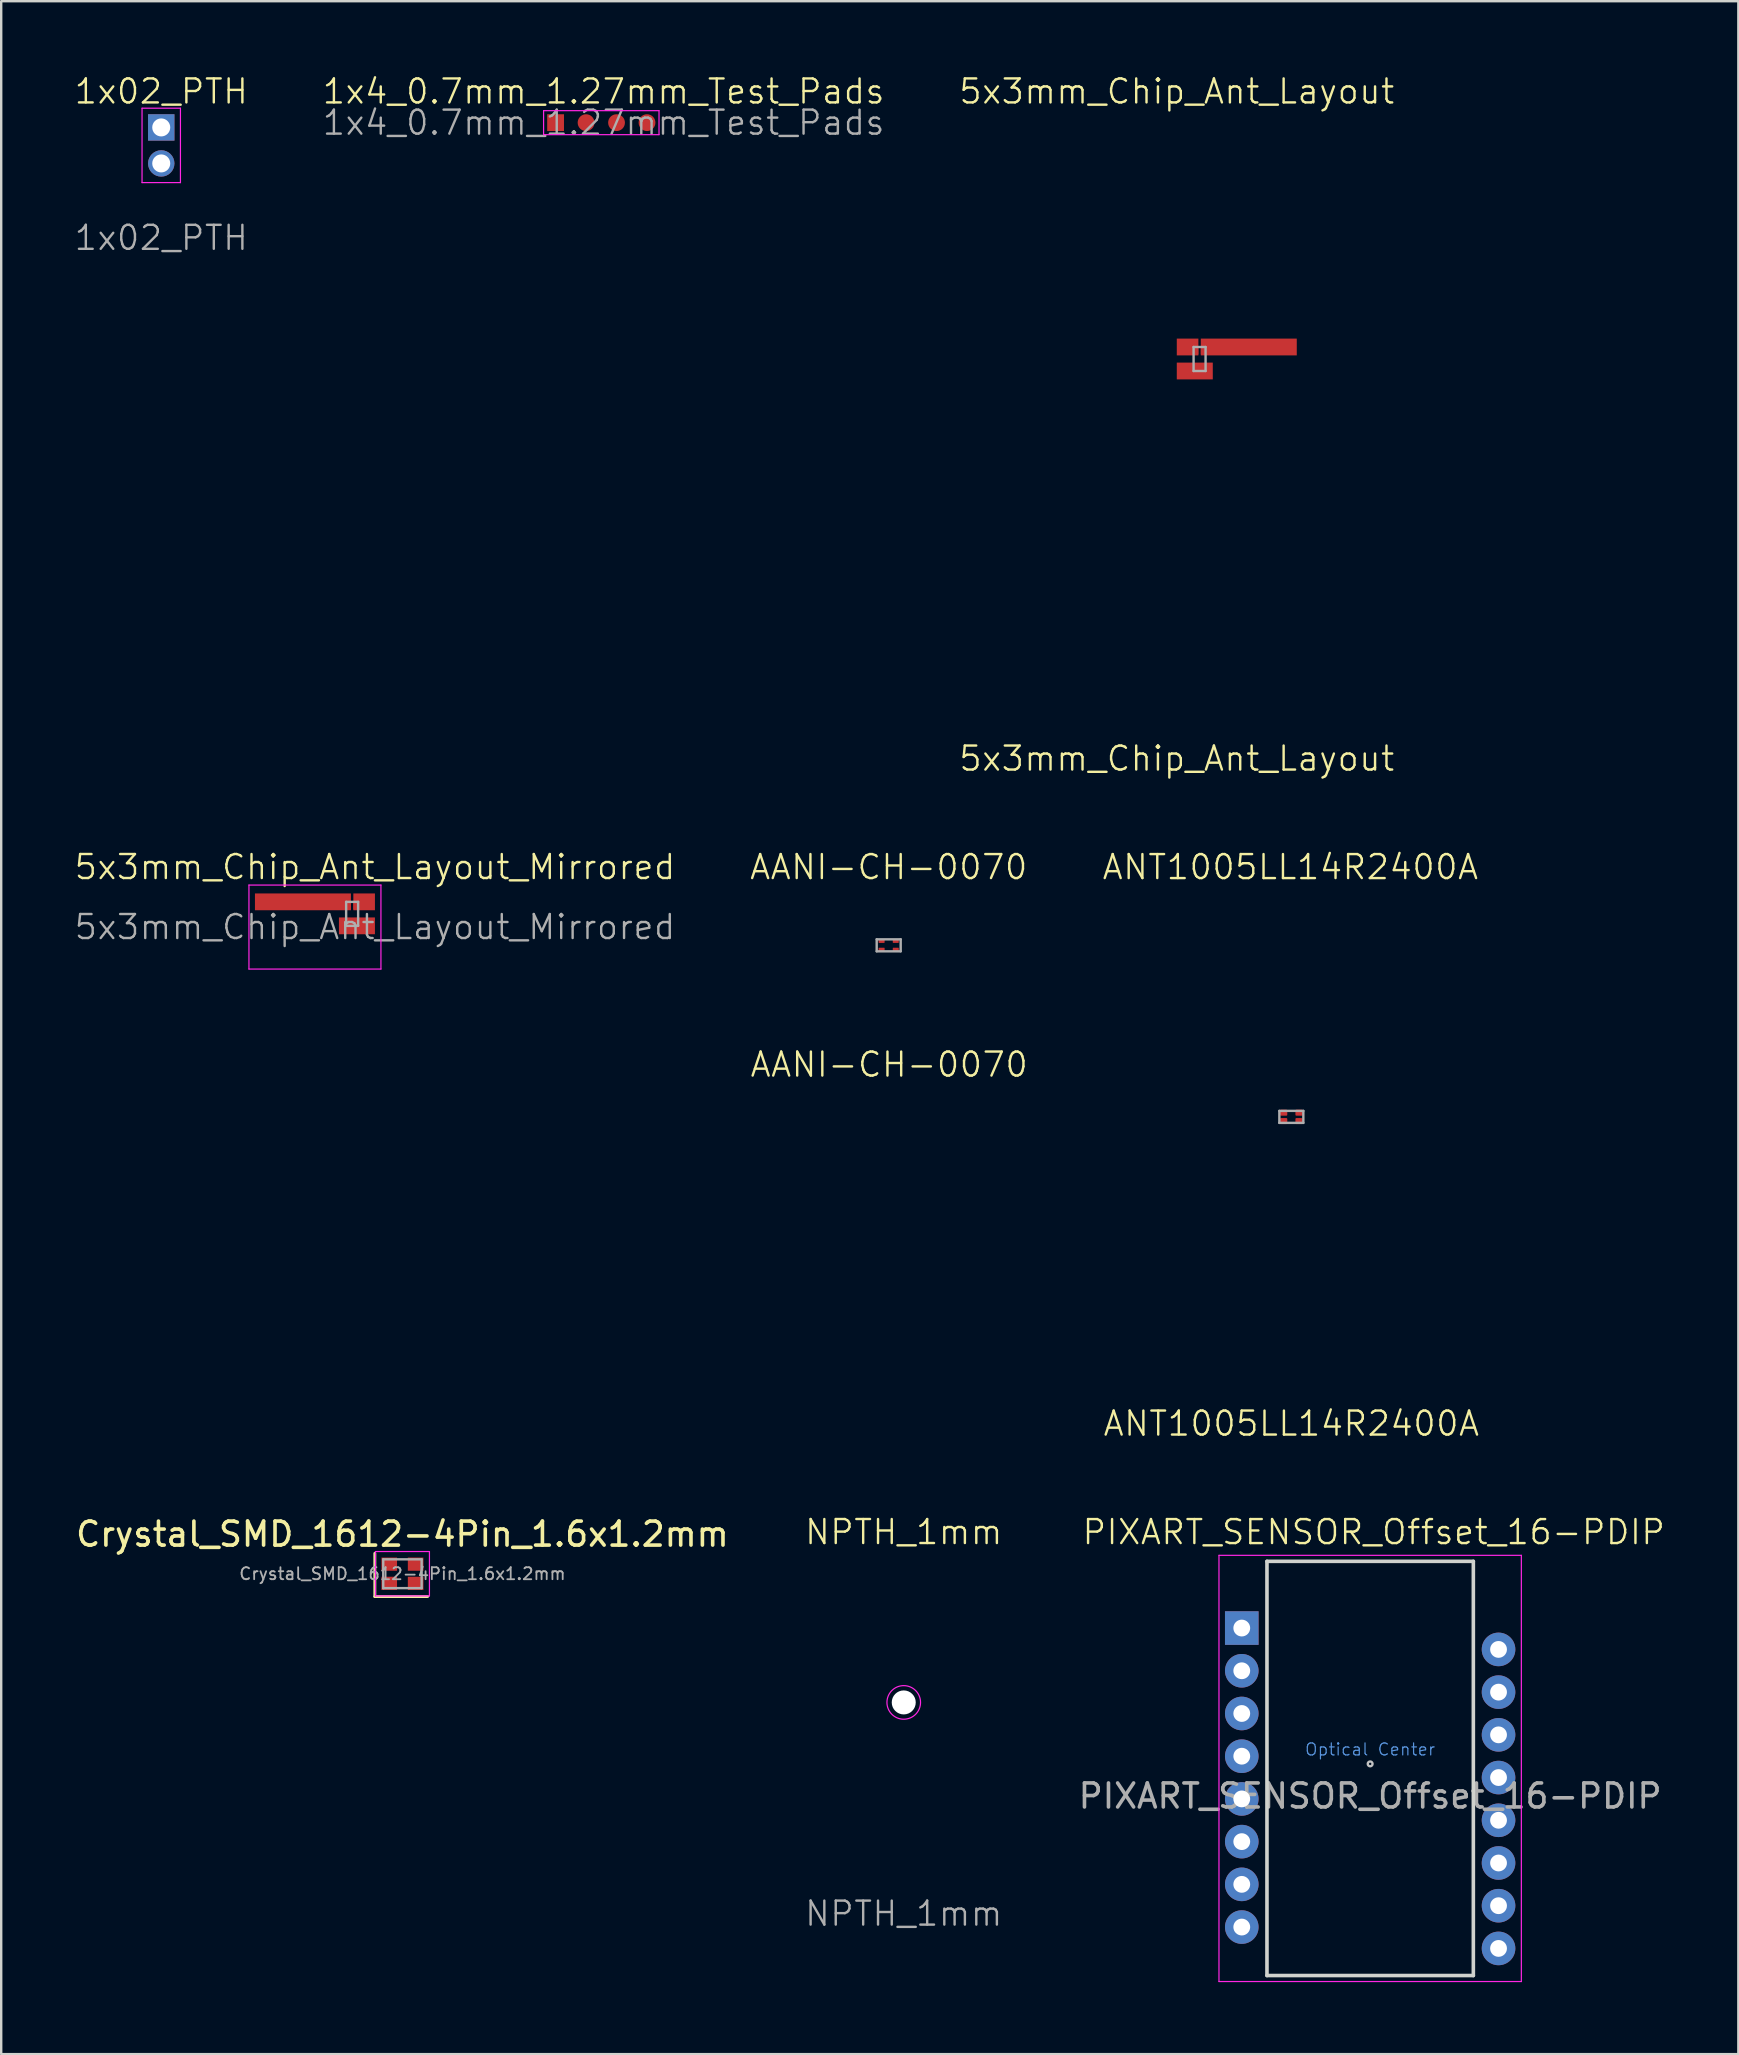
<source format=kicad_pcb>
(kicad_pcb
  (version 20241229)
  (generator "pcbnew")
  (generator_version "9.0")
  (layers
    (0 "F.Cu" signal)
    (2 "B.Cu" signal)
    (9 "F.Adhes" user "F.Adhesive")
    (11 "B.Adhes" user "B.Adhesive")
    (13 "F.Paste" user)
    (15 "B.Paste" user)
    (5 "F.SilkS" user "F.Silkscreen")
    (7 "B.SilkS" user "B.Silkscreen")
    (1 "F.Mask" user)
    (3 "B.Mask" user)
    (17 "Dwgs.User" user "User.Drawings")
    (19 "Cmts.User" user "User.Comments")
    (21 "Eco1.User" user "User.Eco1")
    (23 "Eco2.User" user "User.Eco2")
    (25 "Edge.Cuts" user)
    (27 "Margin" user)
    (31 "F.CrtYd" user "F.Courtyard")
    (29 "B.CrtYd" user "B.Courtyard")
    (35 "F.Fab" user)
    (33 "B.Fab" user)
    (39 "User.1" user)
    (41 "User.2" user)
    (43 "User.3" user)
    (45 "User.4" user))
  (footprint "ANT1005LL14R2400A"
    (layer "F.Cu")
    (at 50.762 43.492)
    (property "Reference" "ANT1005LL14R2400A" (at -0.04 -10.41 0) (unlocked yes) (layer "F.SilkS") (effects (font (size 1 1) (thickness 0.1))))
    (attr smd)
    (fp_line (start -0.5 -0.25) (end -0.5 0.25) (stroke (width 0.1) (type default)) (layer "F.Fab"))
    (fp_line (start -0.5 0.25) (end 0.5 0.25) (stroke (width 0.1) (type default)) (layer "F.Fab"))
    (fp_line (start 0.5 -0.25) (end -0.5 -0.25) (stroke (width 0.1) (type default)) (layer "F.Fab"))
    (fp_line (start 0.5 0.25) (end 0.5 -0.25) (stroke (width 0.1) (type default)) (layer "F.Fab"))
    (fp_text user "${REFERENCE}" (at 0 12.78 0) (unlocked yes) (layer "F.SilkS") (effects (font (size 1 1) (thickness 0.1))))
    (pad "1" smd roundrect (at -0.32 0.175) (size 0.3 0.25) (layers "F.Cu" "F.Mask" "F.Paste") (roundrect_rratio 0.15))
    (pad "2" smd roundrect (at 0.32 0.175) (size 0.3 0.25) (layers "F.Cu" "F.Mask" "F.Paste") (roundrect_rratio 0.15))
    (pad "3" smd roundrect (at 0.32 -0.175) (size 0.3 0.25) (layers "F.Cu" "F.Mask" "F.Paste") (roundrect_rratio 0.15))
    (pad "4" smd roundrect (at -0.32 -0.175) (size 0.3 0.25) (layers "F.Cu" "F.Mask" "F.Paste") (roundrect_rratio 0.15)))
  (footprint "AANI-CH-0070"
    (layer "F.Cu")
    (at 33.983 36.342)
    (property "Reference" "AANI-CH-0070" (at 0 -3.26 0) (unlocked yes) (layer "F.SilkS") (effects (font (size 1 1) (thickness 0.1))))
    (attr smd)
    (fp_line (start -0.5 -0.25) (end -0.5 0.25) (stroke (width 0.1) (type default)) (layer "F.Fab"))
    (fp_line (start -0.5 0.25) (end 0.5 0.25) (stroke (width 0.1) (type default)) (layer "F.Fab"))
    (fp_line (start 0.5 -0.25) (end -0.5 -0.25) (stroke (width 0.1) (type default)) (layer "F.Fab"))
    (fp_line (start 0.5 0.25) (end 0.5 -0.25) (stroke (width 0.1) (type default)) (layer "F.Fab"))
    (fp_text user "${REFERENCE}" (at 0.02 4.97 0) (unlocked yes) (layer "F.SilkS") (effects (font (size 1 1) (thickness 0.1))))
    (pad "1" smd roundrect (at -0.295 0.175) (size 0.25 0.15) (layers "F.Cu" "F.Mask" "F.Paste") (roundrect_rratio 0.15))
    (pad "2" smd roundrect (at 0.295 0.175) (size 0.25 0.15) (layers "F.Cu" "F.Mask" "F.Paste") (roundrect_rratio 0.15))
    (pad "3" smd roundrect (at 0.295 -0.175) (size 0.25 0.15) (layers "F.Cu" "F.Mask" "F.Paste") (roundrect_rratio 0.15))
    (pad "4" smd roundrect (at -0.295 -0.175) (size 0.25 0.15) (layers "F.Cu" "F.Mask" "F.Paste") (roundrect_rratio 0.15)))
  (footprint "Crystal_SMD_1612-4Pin_1.6x1.2mm"
    (layer "F.Cu")
    (at 13.72 62.53)
    (property "Reference" "Crystal_SMD_1612-4Pin_1.6x1.2mm" (at 0 -1.65 0) (unlocked yes) (layer "F.SilkS") (effects (font (size 1 1) (thickness 0.15))))
    (attr smd)
    (fp_line (start -1.15 -0.85) (end -1.15 0.95) (stroke (width 0.12) (type solid)) (layer "F.SilkS"))
    (fp_line (start -1.15 0.95) (end 1.05 0.95) (stroke (width 0.12) (type solid)) (layer "F.SilkS"))
    (fp_line (start -1.125 -0.925) (end -1.125 0.925) (stroke (width 0.05) (type solid)) (layer "F.CrtYd"))
    (fp_line (start -1.125 -0.925) (end 1.125 -0.925) (stroke (width 0.05) (type solid)) (layer "F.CrtYd"))
    (fp_line (start -1.125 0.924) (end 1.125 0.925) (stroke (width 0.05) (type solid)) (layer "F.CrtYd"))
    (fp_line (start 1.125 -0.925) (end 1.125 0.925) (stroke (width 0.05) (type solid)) (layer "F.CrtYd"))
    (fp_line (start -0.8 0.6) (end -0.8 -0.6) (stroke (width 0.1) (type default)) (layer "F.Fab"))
    (fp_line (start 0.8 -0.6) (end -0.8 -0.6) (stroke (width 0.1) (type solid)) (layer "F.Fab"))
    (fp_line (start 0.8 0.6) (end -0.8 0.6) (stroke (width 0.1) (type default)) (layer "F.Fab"))
    (fp_line (start 0.8 0.6) (end 0.8 -0.6) (stroke (width 0.1) (type solid)) (layer "F.Fab"))
    (fp_text user "${REFERENCE}" (at 0 0 0) (unlocked yes) (layer "F.Fab") (effects (font (size 0.5 0.5) (thickness 0.075))))
    (pad "1" smd rect (at -0.55 0.4) (size 0.65 0.55) (layers "F.Cu" "F.Mask" "F.Paste"))
    (pad "2" smd rect (at 0.55 0.4) (size 0.65 0.55) (layers "F.Cu" "F.Mask" "F.Paste"))
    (pad "3" smd rect (at 0.55 -0.4) (size 0.65 0.55) (layers "F.Cu" "F.Mask" "F.Paste"))
    (pad "4" smd rect (at -0.55 -0.4) (size 0.65 0.55) (layers "F.Cu" "F.Mask" "F.Paste")))
  (footprint "NPTH_1mm"
    (layer "F.Cu")
    (at 34.61 67.892)
    (property "Reference" "NPTH_1mm" (at 0 -7.1 0) (unlocked yes) (layer "F.SilkS") (effects (font (size 1 1) (thickness 0.1))))
    (attr smd)
    (fp_circle (center 0 0) (end 0 -0.7) (stroke (width 0.05) (type default)) (fill no) (layer "F.CrtYd"))
    (fp_text user "${REFERENCE}" (at 0 8.8 0) (unlocked yes) (layer "F.Fab") (effects (font (size 1 1) (thickness 0.1))))
    (pad "" np_thru_hole circle (at 0 0) (size 1 1) (drill 1) (layers "*.Cu" "*.Mask")))
  (footprint "1x4_0.7mm_1.27mm_Test_Pads"
    (layer "F.Cu")
    (at 20.102 2.061)
    (property "Reference" "1x4_0.7mm_1.27mm_Test_Pads" (at 2 -1.3 0) (unlocked yes) (layer "F.SilkS") (effects (font (size 1 1) (thickness 0.1))))
    (attr smd)
    (fp_line (start -0.5 -0.5) (end -0.5 0.5) (stroke (width 0.05) (type default)) (layer "F.CrtYd"))
    (fp_line (start -0.5 -0.5) (end 4.31 -0.5) (stroke (width 0.05) (type default)) (layer "F.CrtYd"))
    (fp_line (start -0.5 0.5) (end 4.31 0.5) (stroke (width 0.05) (type default)) (layer "F.CrtYd"))
    (fp_line (start 4.31 -0.5) (end 4.31 0.5) (stroke (width 0.05) (type default)) (layer "F.CrtYd"))
    (fp_text user "${REFERENCE}" (at 2 0 0) (unlocked yes) (layer "F.Fab") (effects (font (size 1 1) (thickness 0.1))))
    (pad "1" smd rect (at 0 0) (size 0.7 0.7) (layers "F.Cu" "F.Mask" "F.Paste"))
    (pad "2" smd circle (at 1.27 0) (size 0.7 0.7) (layers "F.Cu" "F.Mask" "F.Paste"))
    (pad "3" smd circle (at 2.54 0) (size 0.7 0.7) (layers "F.Cu" "F.Mask" "F.Paste"))
    (pad "4" smd circle (at 3.81 0) (size 0.7 0.7) (layers "F.Cu" "F.Mask" "F.Paste")))
  (footprint "5x3mm_Chip_Ant_Layout"
    (layer "F.Cu")
    (at 45.988 13.96)
    (property "Reference" "5x3mm_Chip_Ant_Layout" (at 0 -13.2 0) (unlocked yes) (layer "F.SilkS") (effects (font (size 1 1) (thickness 0.1))))
    (attr smd)
    (fp_poly (pts (xy 0 -2.9) (xy 0.9 -2.9) (xy 0.9 -2.2) (xy 0 -2.2)) (stroke (width 0.001) (type solid)) (fill yes) (layer "F.Cu"))
    (fp_poly (pts (xy 0 -1.9) (xy 1.5 -1.9) (xy 1.5 -1.2) (xy 0 -1.2)) (stroke (width 0.001) (type solid)) (fill yes) (layer "F.Cu"))
    (fp_poly (pts (xy 1 -2.9) (xy 5 -2.9) (xy 5 -2.2) (xy 1 -2.2)) (stroke (width 0.001) (type solid)) (fill yes) (layer "F.Cu"))
    (fp_line (start 0.7 -2.55) (end 0.7 -1.55) (stroke (width 0.1) (type default)) (layer "F.Fab"))
    (fp_line (start 0.7 -1.55) (end 1.2 -1.55) (stroke (width 0.1) (type default)) (layer "F.Fab"))
    (fp_line (start 1.2 -2.55) (end 0.7 -2.55) (stroke (width 0.1) (type default)) (layer "F.Fab"))
    (fp_line (start 1.2 -1.55) (end 1.2 -2.55) (stroke (width 0.1) (type default)) (layer "F.Fab"))
    (fp_text user "${REFERENCE}" (at 0 14.6 0) (unlocked yes) (layer "F.SilkS") (effects (font (size 1 1) (thickness 0.1))))
    (pad "1" smd roundrect (at 1.125 -1.73 90) (size 0.3 0.25) (layers "F.Cu" "F.Mask" "F.Paste") (roundrect_rratio 0.15))
    (pad "2" smd roundrect (at 1.125 -2.37 90) (size 0.3 0.25) (layers "F.Cu" "F.Mask" "F.Paste") (roundrect_rratio 0.15))
    (pad "3" smd roundrect (at 0.775 -2.37 90) (size 0.3 0.25) (layers "F.Cu" "F.Mask" "F.Paste") (roundrect_rratio 0.15))
    (pad "4" smd roundrect (at 0.775 -1.73 90) (size 0.3 0.25) (layers "F.Cu" "F.Mask" "F.Paste") (roundrect_rratio 0.15))
    (zone (net_name "") (layers "F.Cu" "B.Cu") (hatch edge 0.5) (connect_pads) (min_thickness 0.25) (filled_areas_thickness no) (keepout (tracks allowed) (vias allowed) (pads allowed) (copperpour not_allowed) (footprints allowed)) (placement (enabled no)) (fill) (polygon (pts (xy 45.988 13.96) (xy 50.988 13.96) (xy 50.988 10.96) (xy 45.988 10.96)))))
  (footprint "PIXART_SENSOR_Offset_16-PDIP"
    (layer "F.Cu")
    (at 48.696 64.793)
    (property "Reference" "PIXART_SENSOR_Offset_16-PDIP" (at 5.5 -4 0) (unlocked yes) (layer "F.SilkS") (effects (font (size 1 1) (thickness 0.1))))
    (attr through_hole)
    (fp_circle (center 5.35 5.66) (end 5.45 5.66) (stroke (width 0.1) (type default)) (fill no) (layer "Dwgs.User"))
    (fp_line (start 1.05 -2.78) (end 1.05 14.48) (stroke (width 0.15) (type default)) (layer "Edge.Cuts"))
    (fp_line (start 1.05 -2.78) (end 9.65 -2.78) (stroke (width 0.15) (type default)) (layer "Edge.Cuts"))
    (fp_line (start 1.05 14.48) (end 9.65 14.48) (stroke (width 0.15) (type default)) (layer "Edge.Cuts"))
    (fp_line (start 9.65 -2.78) (end 9.65 14.48) (stroke (width 0.15) (type default)) (layer "Edge.Cuts"))
    (fp_line (start -0.95 -3.03) (end -0.95 14.73) (stroke (width 0.05) (type default)) (layer "F.CrtYd"))
    (fp_line (start -0.95 -3.03) (end 11.65 -3.03) (stroke (width 0.05) (type default)) (layer "F.CrtYd"))
    (fp_line (start -0.95 14.73) (end 11.65 14.73) (stroke (width 0.05) (type default)) (layer "F.CrtYd"))
    (fp_line (start 11.65 -3.03) (end 11.65 14.73) (stroke (width 0.05) (type default)) (layer "F.CrtYd"))
    (fp_text user "Optical Center" (at 5.35 5.35 0) (unlocked yes) (layer "Cmts.User") (effects (font (size 0.5 0.5) (thickness 0.05)) (justify bottom)))
    (fp_text user "${REFERENCE}" (at 5.35 7 0) (unlocked yes) (layer "F.Fab") (effects (font (size 1 1) (thickness 0.15))))
    (pad "1" thru_hole rect (at 0 0) (size 1.4 1.4) (drill 0.7) (layers "*.Cu" "*.Mask"))
    (pad "2" thru_hole circle (at 0 1.78) (size 1.4 1.4) (drill 0.7) (layers "*.Cu" "*.Mask"))
    (pad "3" thru_hole circle (at 0 3.56) (size 1.4 1.4) (drill 0.7) (layers "*.Cu" "*.Mask"))
    (pad "4" thru_hole circle (at 0 5.34) (size 1.4 1.4) (drill 0.7) (layers "*.Cu" "*.Mask"))
    (pad "5" thru_hole circle (at 0 7.12) (size 1.4 1.4) (drill 0.7) (layers "*.Cu" "*.Mask"))
    (pad "6" thru_hole circle (at 0 8.9) (size 1.4 1.4) (drill 0.7) (layers "*.Cu" "*.Mask"))
    (pad "7" thru_hole circle (at 0 10.68) (size 1.4 1.4) (drill 0.7) (layers "*.Cu" "*.Mask"))
    (pad "8" thru_hole circle (at 0 12.46) (size 1.4 1.4) (drill 0.7) (layers "*.Cu" "*.Mask"))
    (pad "9" thru_hole circle (at 10.7 13.35) (size 1.4 1.4) (drill 0.7) (layers "*.Cu" "*.Mask"))
    (pad "10" thru_hole circle (at 10.7 11.57) (size 1.4 1.4) (drill 0.7) (layers "*.Cu" "*.Mask"))
    (pad "11" thru_hole circle (at 10.7 9.79) (size 1.4 1.4) (drill 0.7) (layers "*.Cu" "*.Mask"))
    (pad "12" thru_hole circle (at 10.7 8.01) (size 1.4 1.4) (drill 0.7) (layers "*.Cu" "*.Mask"))
    (pad "13" thru_hole circle (at 10.7 6.23) (size 1.4 1.4) (drill 0.7) (layers "*.Cu" "*.Mask"))
    (pad "14" thru_hole circle (at 10.7 4.45) (size 1.4 1.4) (drill 0.7) (layers "*.Cu" "*.Mask"))
    (pad "15" thru_hole circle (at 10.7 2.67) (size 1.4 1.4) (drill 0.7) (layers "*.Cu" "*.Mask"))
    (pad "16" thru_hole circle (at 10.7 0.89) (size 1.4 1.4) (drill 0.7) (layers "*.Cu" "*.Mask")))
  (footprint "5x3mm_Chip_Ant_Layout_Mirrored"
    (layer "F.Cu")
    (at 12.574 37.081)
    (property "Reference" "5x3mm_Chip_Ant_Layout_Mirrored" (at 0 -4 0) (unlocked yes) (layer "F.SilkS") (effects (font (size 1 1) (thickness 0.1))))
    (attr smd)
    (fp_line (start -5.25 -3.25) (end 0.25 -3.25) (stroke (width 0.05) (type default)) (layer "F.CrtYd"))
    (fp_line (start -5.25 0.25) (end -5.25 -3.25) (stroke (width 0.05) (type default)) (layer "F.CrtYd"))
    (fp_line (start 0.25 -3.25) (end 0.25 0.25) (stroke (width 0.05) (type default)) (layer "F.CrtYd"))
    (fp_line (start 0.25 0.25) (end -5.25 0.25) (stroke (width 0.05) (type default)) (layer "F.CrtYd"))
    (fp_line (start -1.2 -2.55) (end -0.7 -2.55) (stroke (width 0.1) (type default)) (layer "F.Fab"))
    (fp_line (start -1.2 -1.55) (end -1.2 -2.55) (stroke (width 0.1) (type default)) (layer "F.Fab"))
    (fp_line (start -0.7 -2.55) (end -0.7 -1.55) (stroke (width 0.1) (type default)) (layer "F.Fab"))
    (fp_line (start -0.7 -1.55) (end -1.2 -1.55) (stroke (width 0.1) (type default)) (layer "F.Fab"))
    (fp_text user "${REFERENCE}" (at 0 -1.5 0) (unlocked yes) (layer "F.Fab") (effects (font (size 1 1) (thickness 0.1))))
    (pad "1" smd roundrect (at -1.125 -1.73 270) (size 0.3 0.25) (layers "F.Cu" "F.Mask" "F.Paste") (roundrect_rratio 0.15))
    (pad "1" smd roundrect (at -0.775 -1.73 270) (size 0.3 0.25) (layers "F.Cu" "F.Mask" "F.Paste") (roundrect_rratio 0.15))
    (pad "1" smd rect (at -0.75 -1.55 270) (size 0.7 1.5) (layers "F.Cu"))
    (pad "2" smd rect (at -3 -2.55 270) (size 0.7 4) (layers "F.Cu"))
    (pad "2" smd roundrect (at -1.125 -2.37 270) (size 0.3 0.25) (layers "F.Cu" "F.Mask" "F.Paste") (roundrect_rratio 0.15))
    (pad "2" smd roundrect (at -0.775 -2.37 270) (size 0.3 0.25) (layers "F.Cu" "F.Mask" "F.Paste") (roundrect_rratio 0.15))
    (pad "2" smd rect (at -0.45 -2.55 270) (size 0.7 0.9) (layers "F.Cu"))
    (zone (net_name "") (layers "F.Cu" "B.Cu") (hatch edge 0.5) (connect_pads) (min_thickness 0.25) (filled_areas_thickness no) (keepout (tracks allowed) (vias allowed) (pads allowed) (copperpour not_allowed) (footprints allowed)) (placement (enabled no)) (fill) (polygon (pts (xy 12.574 37.081) (xy 7.574 37.081) (xy 7.574 34.081) (xy 12.574 34.081)))))
  (footprint "1x02_PTH"
    (layer "F.Cu")
    (at 3.669 2.26)
    (property "Reference" "1x02_PTH" (at 0 -1.5 0) (unlocked yes) (layer "F.SilkS") (effects (font (size 1 1) (thickness 0.1))))
    (attr through_hole)
    (fp_line (start -0.8 -0.8) (end -0.8 2.3) (stroke (width 0.05) (type default)) (layer "F.CrtYd"))
    (fp_line (start -0.8 -0.8) (end 0.8 -0.8) (stroke (width 0.05) (type default)) (layer "F.CrtYd"))
    (fp_line (start -0.8 2.3) (end 0.8 2.3) (stroke (width 0.05) (type default)) (layer "F.CrtYd"))
    (fp_line (start 0.8 2.3) (end 0.8 -0.8) (stroke (width 0.05) (type default)) (layer "F.CrtYd"))
    (fp_text user "${REFERENCE}" (at 0 4.6 0) (unlocked yes) (layer "F.Fab") (effects (font (size 1 1) (thickness 0.1))))
    (pad "1" thru_hole rect (at 0 0) (size 1.1 1.1) (drill 0.75) (layers "*.Cu" "*.Mask"))
    (pad "2" thru_hole circle (at 0 1.5) (size 1.1 1.1) (drill 0.75) (layers "*.Cu" "*.Mask")))
  (gr_rect
    (start -3 -3)
    (end 69.389 82.547)
    (stroke (width 0.1) (type default))
    (fill no)
    (layer "Edge.Cuts")))
</source>
